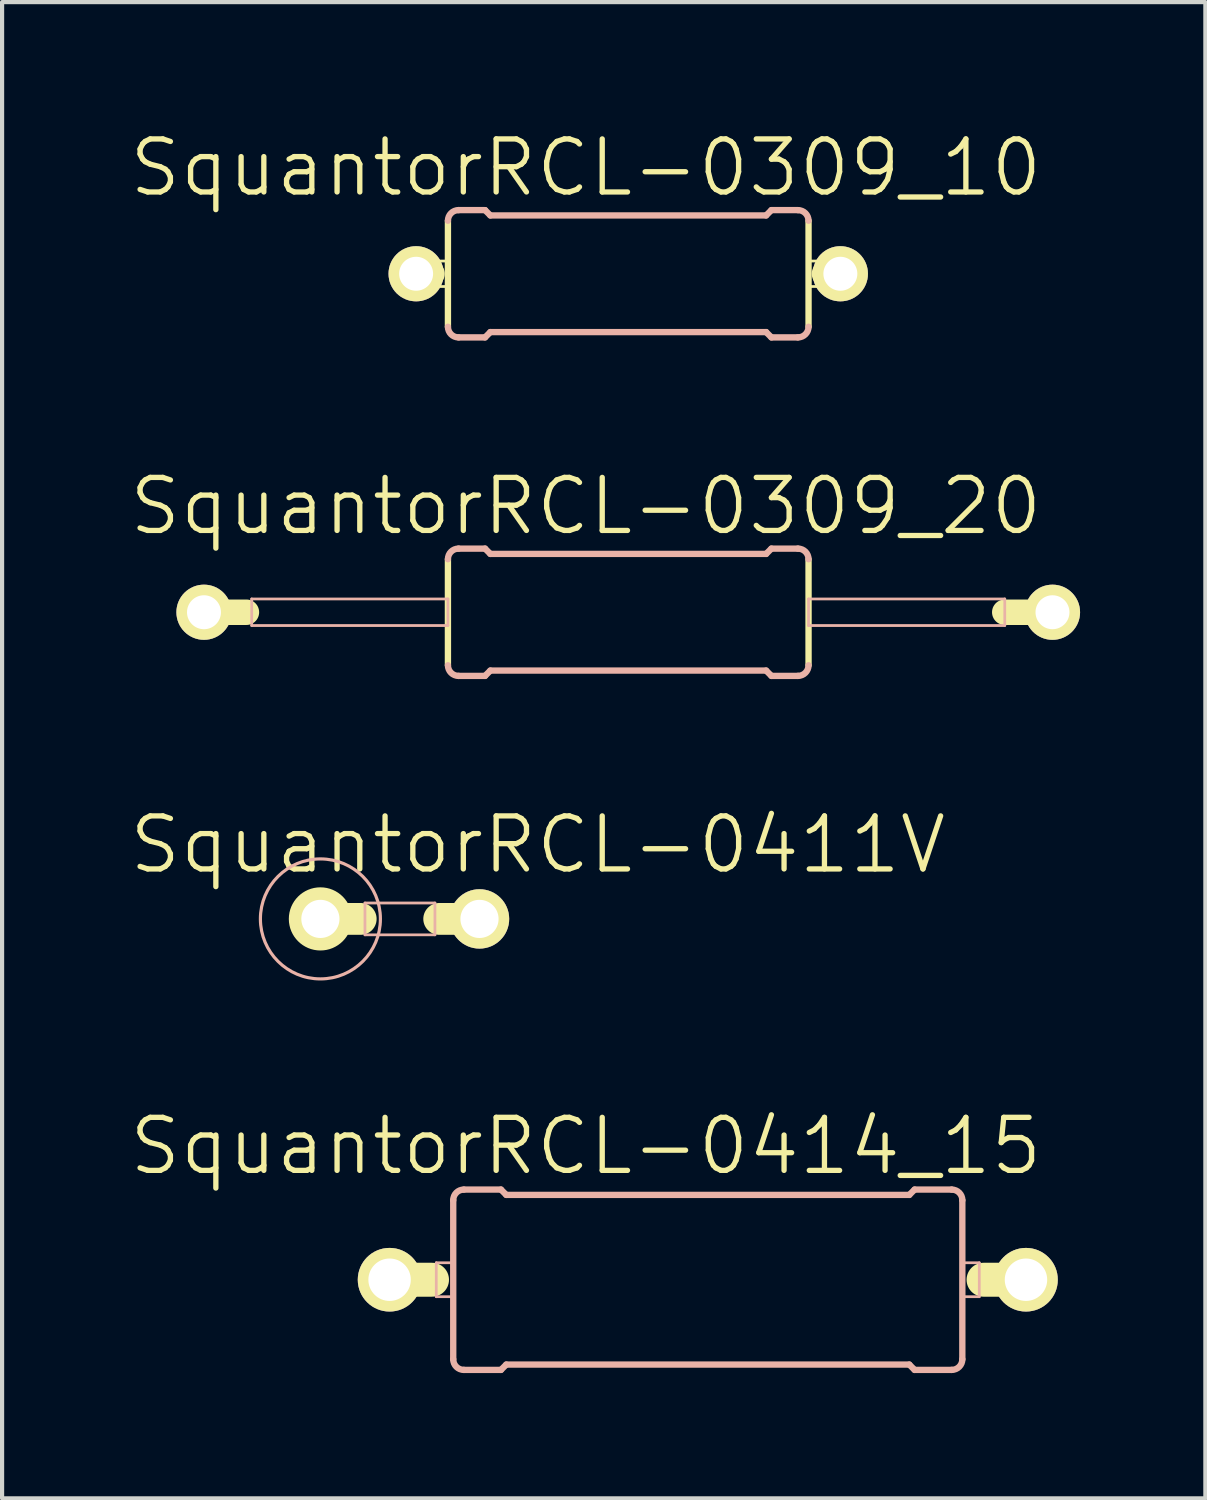
<source format=kicad_pcb>
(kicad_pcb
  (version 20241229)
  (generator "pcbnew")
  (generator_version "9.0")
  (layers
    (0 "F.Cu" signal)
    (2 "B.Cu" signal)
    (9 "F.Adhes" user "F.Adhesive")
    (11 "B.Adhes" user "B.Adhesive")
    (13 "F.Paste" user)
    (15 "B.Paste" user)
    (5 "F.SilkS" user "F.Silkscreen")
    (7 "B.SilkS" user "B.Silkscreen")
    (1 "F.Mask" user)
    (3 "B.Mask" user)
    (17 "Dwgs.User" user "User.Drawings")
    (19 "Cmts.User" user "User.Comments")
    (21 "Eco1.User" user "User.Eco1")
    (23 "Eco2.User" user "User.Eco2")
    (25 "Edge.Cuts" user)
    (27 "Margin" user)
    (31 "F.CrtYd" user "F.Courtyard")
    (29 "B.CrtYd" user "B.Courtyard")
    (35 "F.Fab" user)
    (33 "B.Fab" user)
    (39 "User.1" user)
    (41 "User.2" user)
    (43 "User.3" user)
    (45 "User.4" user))
  (footprint "SquantorRCL-0411V"
    (layer "F.Cu")
    (at 7.163 18.956)
    (property "Reference" "SquantorRCL-0411V" (at 2.667 -1.778 0) (layer "F.SilkS") (effects (font (size 1.27 1.27) (thickness 0.127))))
    (attr exclude_from_pos_files exclude_from_bom)
    (fp_line (start -1.575 0) (end -2.54 0) (stroke (width 0.762) (type solid)) (layer "F.SilkS"))
    (fp_line (start 1.27 0) (end 0.305 0) (stroke (width 0.762) (type solid)) (layer "F.SilkS"))
    (fp_circle (center -2.54 0) (end -3.048 0.508) (stroke (width 0.076) (type solid)) (fill no) (layer "F.SilkS"))
    (fp_line (start -1.473 -0.381) (end 0.203 -0.381) (stroke (width 0.066) (type solid)) (layer "B.SilkS"))
    (fp_line (start -1.473 0.381) (end -1.473 -0.381) (stroke (width 0.066) (type solid)) (layer "B.SilkS"))
    (fp_line (start -1.473 0.381) (end 0.203 0.381) (stroke (width 0.066) (type solid)) (layer "B.SilkS"))
    (fp_line (start 0.203 0.381) (end 0.203 -0.381) (stroke (width 0.066) (type solid)) (layer "B.SilkS"))
    (fp_circle (center -2.54 0) (end -3.556 1.016) (stroke (width 0.076) (type solid)) (fill no) (layer "B.SilkS"))
    (pad "1" thru_hole circle (at -2.54 0) (size 1.422 1.422) (drill 0.914) (layers "*.Cu" "F.Mask" "F.SilkS" "F.Paste"))
    (pad "2" thru_hole circle (at 1.27 0) (size 1.422 1.422) (drill 0.914) (layers "*.Cu" "F.Mask" "F.SilkS" "F.Paste")))
  (footprint "SquantorRCL-0309_20"
    (layer "F.Cu")
    (at 11.995 11.612)
    (property "Reference" "SquantorRCL-0309_20" (at -1.016 -2.54 0) (layer "F.SilkS") (effects (font (size 1.27 1.27) (thickness 0.127))))
    (attr exclude_from_pos_files exclude_from_bom)
    (fp_line (start -9.144 0) (end -10.16 0) (stroke (width 0.61) (type solid)) (layer "F.SilkS"))
    (fp_line (start -4.318 1.27) (end -4.318 -1.27) (stroke (width 0.152) (type solid)) (layer "F.SilkS"))
    (fp_line (start 4.318 1.27) (end 4.318 -1.27) (stroke (width 0.152) (type solid)) (layer "F.SilkS"))
    (fp_line (start 10.16 0) (end 9.017 0) (stroke (width 0.61) (type solid)) (layer "F.SilkS"))
    (fp_line (start -9.017 -0.318) (end -4.318 -0.318) (stroke (width 0.066) (type solid)) (layer "B.SilkS"))
    (fp_line (start -9.017 0.318) (end -9.017 -0.318) (stroke (width 0.066) (type solid)) (layer "B.SilkS"))
    (fp_line (start -9.017 0.318) (end -4.318 0.318) (stroke (width 0.066) (type solid)) (layer "B.SilkS"))
    (fp_line (start -4.318 0.318) (end -4.318 -0.318) (stroke (width 0.066) (type solid)) (layer "B.SilkS"))
    (fp_line (start -4.064 -1.524) (end -3.429 -1.524) (stroke (width 0.152) (type solid)) (layer "B.SilkS"))
    (fp_line (start -4.064 1.524) (end -3.429 1.524) (stroke (width 0.152) (type solid)) (layer "B.SilkS"))
    (fp_line (start -3.302 -1.397) (end -3.429 -1.524) (stroke (width 0.152) (type solid)) (layer "B.SilkS"))
    (fp_line (start -3.302 1.397) (end -3.429 1.524) (stroke (width 0.152) (type solid)) (layer "B.SilkS"))
    (fp_line (start 3.302 -1.397) (end -3.302 -1.397) (stroke (width 0.152) (type solid)) (layer "B.SilkS"))
    (fp_line (start 3.302 -1.397) (end 3.429 -1.524) (stroke (width 0.152) (type solid)) (layer "B.SilkS"))
    (fp_line (start 3.302 1.397) (end -3.302 1.397) (stroke (width 0.152) (type solid)) (layer "B.SilkS"))
    (fp_line (start 3.302 1.397) (end 3.429 1.524) (stroke (width 0.152) (type solid)) (layer "B.SilkS"))
    (fp_line (start 4.064 -1.524) (end 3.429 -1.524) (stroke (width 0.152) (type solid)) (layer "B.SilkS"))
    (fp_line (start 4.064 1.524) (end 3.429 1.524) (stroke (width 0.152) (type solid)) (layer "B.SilkS"))
    (fp_line (start 4.318 -0.318) (end 9.017 -0.318) (stroke (width 0.066) (type solid)) (layer "B.SilkS"))
    (fp_line (start 4.318 0.318) (end 4.318 -0.318) (stroke (width 0.066) (type solid)) (layer "B.SilkS"))
    (fp_line (start 4.318 0.318) (end 9.017 0.318) (stroke (width 0.066) (type solid)) (layer "B.SilkS"))
    (fp_line (start 9.017 0.318) (end 9.017 -0.318) (stroke (width 0.066) (type solid)) (layer "B.SilkS"))
    (fp_arc (start -4.318 -1.27) (mid -4.243605 -1.449605) (end -4.064 -1.524) (stroke (width 0.1524) (type solid)) (layer "B.SilkS"))
    (fp_arc (start -4.064 1.524) (mid -4.243605 1.449605) (end -4.318 1.27) (stroke (width 0.1524) (type solid)) (layer "B.SilkS"))
    (fp_arc (start 4.064 -1.524) (mid 4.243605 -1.449605) (end 4.318 -1.27) (stroke (width 0.1524) (type solid)) (layer "B.SilkS"))
    (fp_arc (start 4.318 1.27) (mid 4.243605 1.449605) (end 4.064 1.524) (stroke (width 0.1524) (type solid)) (layer "B.SilkS"))
    (pad "1" thru_hole circle (at -10.16 0) (size 1.321 1.321) (drill 0.813) (layers "*.Cu" "F.Mask" "F.SilkS" "F.Paste"))
    (pad "2" thru_hole circle (at 10.16 0) (size 1.321 1.321) (drill 0.813) (layers "*.Cu" "F.Mask" "F.SilkS" "F.Paste")))
  (footprint "SquantorRCL-0309_10"
    (layer "F.Cu")
    (at 11.995 3.506)
    (property "Reference" "SquantorRCL-0309_10" (at -1.016 -2.54 0) (layer "F.SilkS") (effects (font (size 1.27 1.27) (thickness 0.127))))
    (attr exclude_from_pos_files exclude_from_bom)
    (fp_line (start -4.699 0) (end -5.08 0) (stroke (width 0.61) (type solid)) (layer "F.SilkS"))
    (fp_line (start -4.623 -0.305) (end -4.318 -0.305) (stroke (width 0.066) (type solid)) (layer "F.SilkS"))
    (fp_line (start -4.623 0.305) (end -4.623 -0.305) (stroke (width 0.066) (type solid)) (layer "F.SilkS"))
    (fp_line (start -4.623 0.305) (end -4.318 0.305) (stroke (width 0.066) (type solid)) (layer "F.SilkS"))
    (fp_line (start -4.318 0.305) (end -4.318 -0.305) (stroke (width 0.066) (type solid)) (layer "F.SilkS"))
    (fp_line (start -4.318 1.27) (end -4.318 -1.27) (stroke (width 0.152) (type solid)) (layer "F.SilkS"))
    (fp_line (start 4.318 -0.305) (end 4.623 -0.305) (stroke (width 0.066) (type solid)) (layer "F.SilkS"))
    (fp_line (start 4.318 0.305) (end 4.318 -0.305) (stroke (width 0.066) (type solid)) (layer "F.SilkS"))
    (fp_line (start 4.318 0.305) (end 4.623 0.305) (stroke (width 0.066) (type solid)) (layer "F.SilkS"))
    (fp_line (start 4.318 1.27) (end 4.318 -1.27) (stroke (width 0.152) (type solid)) (layer "F.SilkS"))
    (fp_line (start 4.623 0.305) (end 4.623 -0.305) (stroke (width 0.066) (type solid)) (layer "F.SilkS"))
    (fp_line (start 5.08 0) (end 4.699 0) (stroke (width 0.61) (type solid)) (layer "F.SilkS"))
    (fp_line (start -4.064 -1.524) (end -3.429 -1.524) (stroke (width 0.152) (type solid)) (layer "B.SilkS"))
    (fp_line (start -4.064 1.524) (end -3.429 1.524) (stroke (width 0.152) (type solid)) (layer "B.SilkS"))
    (fp_line (start -3.302 -1.397) (end -3.429 -1.524) (stroke (width 0.152) (type solid)) (layer "B.SilkS"))
    (fp_line (start -3.302 1.397) (end -3.429 1.524) (stroke (width 0.152) (type solid)) (layer "B.SilkS"))
    (fp_line (start 3.302 -1.397) (end -3.302 -1.397) (stroke (width 0.152) (type solid)) (layer "B.SilkS"))
    (fp_line (start 3.302 -1.397) (end 3.429 -1.524) (stroke (width 0.152) (type solid)) (layer "B.SilkS"))
    (fp_line (start 3.302 1.397) (end -3.302 1.397) (stroke (width 0.152) (type solid)) (layer "B.SilkS"))
    (fp_line (start 3.302 1.397) (end 3.429 1.524) (stroke (width 0.152) (type solid)) (layer "B.SilkS"))
    (fp_line (start 4.064 -1.524) (end 3.429 -1.524) (stroke (width 0.152) (type solid)) (layer "B.SilkS"))
    (fp_line (start 4.064 1.524) (end 3.429 1.524) (stroke (width 0.152) (type solid)) (layer "B.SilkS"))
    (fp_arc (start -4.318 -1.27) (mid -4.243605 -1.449605) (end -4.064 -1.524) (stroke (width 0.1524) (type solid)) (layer "B.SilkS"))
    (fp_arc (start -4.064 1.524) (mid -4.243605 1.449605) (end -4.318 1.27) (stroke (width 0.1524) (type solid)) (layer "B.SilkS"))
    (fp_arc (start 4.064 -1.524) (mid 4.243605 -1.449605) (end 4.318 -1.27) (stroke (width 0.1524) (type solid)) (layer "B.SilkS"))
    (fp_arc (start 4.318 1.27) (mid 4.243605 1.449605) (end 4.064 1.524) (stroke (width 0.1524) (type solid)) (layer "B.SilkS"))
    (pad "1" thru_hole circle (at -5.08 0) (size 1.321 1.321) (drill 0.813) (layers "*.Cu" "F.Mask" "F.SilkS" "F.Paste"))
    (pad "2" thru_hole circle (at 5.08 0) (size 1.321 1.321) (drill 0.813) (layers "*.Cu" "F.Mask" "F.SilkS" "F.Paste")))
  (footprint "SquantorRCL-0414_15"
    (layer "F.Cu")
    (at 13.9 27.597)
    (property "Reference" "SquantorRCL-0414_15" (at -2.921 -3.2 0) (layer "F.SilkS") (effects (font (size 1.27 1.27) (thickness 0.127))))
    (attr exclude_from_pos_files exclude_from_bom)
    (fp_line (start -7.62 0) (end -6.604 0) (stroke (width 0.813) (type solid)) (layer "F.SilkS"))
    (fp_line (start 7.62 0) (end 6.604 0) (stroke (width 0.813) (type solid)) (layer "F.SilkS"))
    (fp_line (start -6.502 -0.406) (end -6.096 -0.406) (stroke (width 0.066) (type solid)) (layer "B.SilkS"))
    (fp_line (start -6.502 0.406) (end -6.502 -0.406) (stroke (width 0.066) (type solid)) (layer "B.SilkS"))
    (fp_line (start -6.502 0.406) (end -6.096 0.406) (stroke (width 0.066) (type solid)) (layer "B.SilkS"))
    (fp_line (start -6.096 0.406) (end -6.096 -0.406) (stroke (width 0.066) (type solid)) (layer "B.SilkS"))
    (fp_line (start -6.096 1.905) (end -6.096 -1.905) (stroke (width 0.152) (type solid)) (layer "B.SilkS"))
    (fp_line (start -5.842 -2.159) (end -4.953 -2.159) (stroke (width 0.152) (type solid)) (layer "B.SilkS"))
    (fp_line (start -5.842 2.159) (end -4.953 2.159) (stroke (width 0.152) (type solid)) (layer "B.SilkS"))
    (fp_line (start -4.826 -2.032) (end -4.953 -2.159) (stroke (width 0.152) (type solid)) (layer "B.SilkS"))
    (fp_line (start -4.826 2.032) (end -4.953 2.159) (stroke (width 0.152) (type solid)) (layer "B.SilkS"))
    (fp_line (start 4.826 -2.032) (end -4.826 -2.032) (stroke (width 0.152) (type solid)) (layer "B.SilkS"))
    (fp_line (start 4.826 -2.032) (end 4.953 -2.159) (stroke (width 0.152) (type solid)) (layer "B.SilkS"))
    (fp_line (start 4.826 2.032) (end -4.826 2.032) (stroke (width 0.152) (type solid)) (layer "B.SilkS"))
    (fp_line (start 4.826 2.032) (end 4.953 2.159) (stroke (width 0.152) (type solid)) (layer "B.SilkS"))
    (fp_line (start 5.842 -2.159) (end 4.953 -2.159) (stroke (width 0.152) (type solid)) (layer "B.SilkS"))
    (fp_line (start 5.842 2.159) (end 4.953 2.159) (stroke (width 0.152) (type solid)) (layer "B.SilkS"))
    (fp_line (start 6.096 -0.406) (end 6.502 -0.406) (stroke (width 0.066) (type solid)) (layer "B.SilkS"))
    (fp_line (start 6.096 0.406) (end 6.096 -0.406) (stroke (width 0.066) (type solid)) (layer "B.SilkS"))
    (fp_line (start 6.096 0.406) (end 6.502 0.406) (stroke (width 0.066) (type solid)) (layer "B.SilkS"))
    (fp_line (start 6.096 1.905) (end 6.096 -1.905) (stroke (width 0.152) (type solid)) (layer "B.SilkS"))
    (fp_line (start 6.502 0.406) (end 6.502 -0.406) (stroke (width 0.066) (type solid)) (layer "B.SilkS"))
    (fp_arc (start -6.096 -1.905) (mid -6.021605 -2.084605) (end -5.842 -2.159) (stroke (width 0.1524) (type solid)) (layer "B.SilkS"))
    (fp_arc (start -5.842 2.159) (mid -6.021605 2.084605) (end -6.096 1.905) (stroke (width 0.1524) (type solid)) (layer "B.SilkS"))
    (fp_arc (start 5.842 -2.159) (mid 6.021605 -2.084605) (end 6.096 -1.905) (stroke (width 0.1524) (type solid)) (layer "B.SilkS"))
    (fp_arc (start 6.096 1.905) (mid 6.021605 2.084605) (end 5.842 2.159) (stroke (width 0.1524) (type solid)) (layer "B.SilkS"))
    (pad "1" thru_hole circle (at -7.62 0) (size 1.524 1.524) (drill 1.016) (layers "*.Cu" "F.Mask" "F.SilkS" "F.Paste"))
    (pad "2" thru_hole circle (at 7.62 0) (size 1.524 1.524) (drill 1.016) (layers "*.Cu" "F.Mask" "F.SilkS" "F.Paste")))
  (gr_rect
    (start -3 -3)
    (end 25.816 32.832)
    (stroke (width 0.1) (type default))
    (fill no)
    (layer "Edge.Cuts")))
</source>
